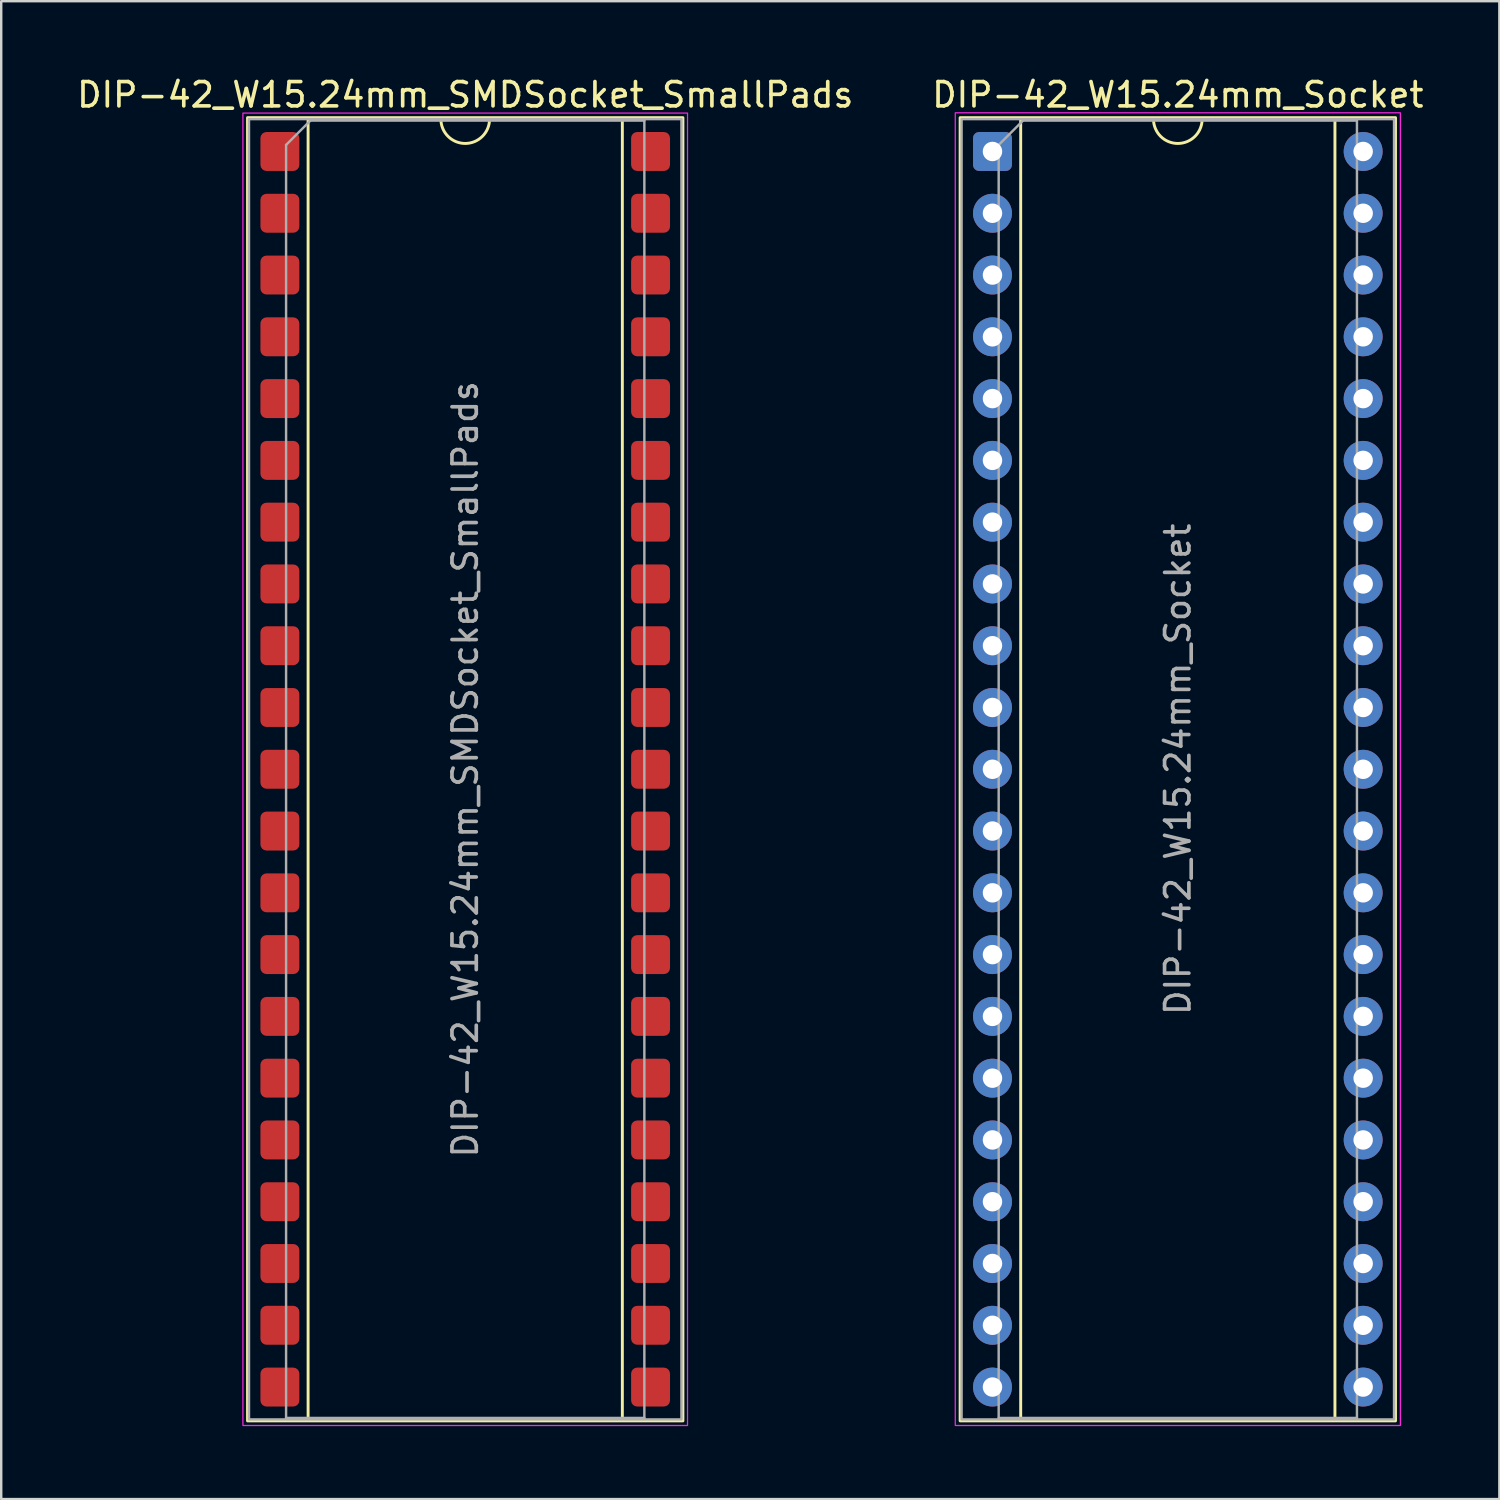
<source format=kicad_pcb>
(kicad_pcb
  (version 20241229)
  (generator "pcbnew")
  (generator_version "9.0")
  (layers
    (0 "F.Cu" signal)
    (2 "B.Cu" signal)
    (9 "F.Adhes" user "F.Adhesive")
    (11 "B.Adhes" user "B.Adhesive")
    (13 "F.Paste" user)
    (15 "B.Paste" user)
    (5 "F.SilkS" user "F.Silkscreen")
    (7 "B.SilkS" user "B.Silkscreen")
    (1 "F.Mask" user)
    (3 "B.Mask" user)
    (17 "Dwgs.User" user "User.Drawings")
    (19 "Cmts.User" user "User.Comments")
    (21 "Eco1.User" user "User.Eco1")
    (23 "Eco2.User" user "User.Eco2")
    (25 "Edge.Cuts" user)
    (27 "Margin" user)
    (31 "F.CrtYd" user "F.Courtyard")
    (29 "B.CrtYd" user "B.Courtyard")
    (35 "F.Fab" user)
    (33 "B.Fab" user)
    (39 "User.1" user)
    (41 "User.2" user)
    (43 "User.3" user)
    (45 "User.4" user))
  (footprint "DIP-42_W15.24mm_SMDSocket_SmallPads"
    (layer "F.Cu")
    (at 16.077 28.578)
    (property "Reference" "DIP-42_W15.24mm_SMDSocket_SmallPads" (at 0 -27.73 0) (layer "F.SilkS") (effects (font (size 1 1) (thickness 0.15))))
    (attr smd)
    (fp_line (start -6.46 -26.73) (end -6.46 26.73) (stroke (width 0.12) (type solid)) (layer "F.SilkS"))
    (fp_line (start -6.46 26.73) (end 6.46 26.73) (stroke (width 0.12) (type solid)) (layer "F.SilkS"))
    (fp_line (start -1 -26.73) (end -6.46 -26.73) (stroke (width 0.12) (type solid)) (layer "F.SilkS"))
    (fp_line (start 6.46 -26.73) (end 1 -26.73) (stroke (width 0.12) (type solid)) (layer "F.SilkS"))
    (fp_line (start 6.46 26.73) (end 6.46 -26.73) (stroke (width 0.12) (type solid)) (layer "F.SilkS"))
    (fp_rect (start -8.95 -26.79) (end 8.95 26.79) (stroke (width 0.12) (type solid)) (fill no) (layer "F.SilkS"))
    (fp_arc (start 1 -26.73) (mid 0 -25.73) (end -1 -26.73) (stroke (width 0.12) (type solid)) (layer "F.SilkS"))
    (fp_rect (start -9.14 -26.98) (end 9.14 26.98) (stroke (width 0.05) (type solid)) (fill no) (layer "F.CrtYd"))
    (fp_line (start -7.365 -25.67) (end -6.365 -26.67) (stroke (width 0.1) (type solid)) (layer "F.Fab"))
    (fp_line (start -7.365 26.67) (end -7.365 -25.67) (stroke (width 0.1) (type solid)) (layer "F.Fab"))
    (fp_line (start -6.365 -26.67) (end 7.365 -26.67) (stroke (width 0.1) (type solid)) (layer "F.Fab"))
    (fp_line (start 7.365 -26.67) (end 7.365 26.67) (stroke (width 0.1) (type solid)) (layer "F.Fab"))
    (fp_line (start 7.365 26.67) (end -7.365 26.67) (stroke (width 0.1) (type solid)) (layer "F.Fab"))
    (fp_rect (start -8.89 -26.73) (end 8.89 26.73) (stroke (width 0.1) (type solid)) (fill no) (layer "F.Fab"))
    (fp_text user "${REFERENCE}" (at 0 0 90) (layer "F.Fab") (effects (font (size 1 1) (thickness 0.15))))
    (pad "1" smd roundrect (at -7.62 -25.4) (size 1.6 1.6) (layers "F.Cu" "F.Mask" "F.Paste") (roundrect_rratio 0.156))
    (pad "2" smd roundrect (at -7.62 -22.86) (size 1.6 1.6) (layers "F.Cu" "F.Mask" "F.Paste") (roundrect_rratio 0.156))
    (pad "3" smd roundrect (at -7.62 -20.32) (size 1.6 1.6) (layers "F.Cu" "F.Mask" "F.Paste") (roundrect_rratio 0.156))
    (pad "4" smd roundrect (at -7.62 -17.78) (size 1.6 1.6) (layers "F.Cu" "F.Mask" "F.Paste") (roundrect_rratio 0.156))
    (pad "5" smd roundrect (at -7.62 -15.24) (size 1.6 1.6) (layers "F.Cu" "F.Mask" "F.Paste") (roundrect_rratio 0.156))
    (pad "6" smd roundrect (at -7.62 -12.7) (size 1.6 1.6) (layers "F.Cu" "F.Mask" "F.Paste") (roundrect_rratio 0.156))
    (pad "7" smd roundrect (at -7.62 -10.16) (size 1.6 1.6) (layers "F.Cu" "F.Mask" "F.Paste") (roundrect_rratio 0.156))
    (pad "8" smd roundrect (at -7.62 -7.62) (size 1.6 1.6) (layers "F.Cu" "F.Mask" "F.Paste") (roundrect_rratio 0.156))
    (pad "9" smd roundrect (at -7.62 -5.08) (size 1.6 1.6) (layers "F.Cu" "F.Mask" "F.Paste") (roundrect_rratio 0.156))
    (pad "10" smd roundrect (at -7.62 -2.54) (size 1.6 1.6) (layers "F.Cu" "F.Mask" "F.Paste") (roundrect_rratio 0.156))
    (pad "11" smd roundrect (at -7.62 0) (size 1.6 1.6) (layers "F.Cu" "F.Mask" "F.Paste") (roundrect_rratio 0.156))
    (pad "12" smd roundrect (at -7.62 2.54) (size 1.6 1.6) (layers "F.Cu" "F.Mask" "F.Paste") (roundrect_rratio 0.156))
    (pad "13" smd roundrect (at -7.62 5.08) (size 1.6 1.6) (layers "F.Cu" "F.Mask" "F.Paste") (roundrect_rratio 0.156))
    (pad "14" smd roundrect (at -7.62 7.62) (size 1.6 1.6) (layers "F.Cu" "F.Mask" "F.Paste") (roundrect_rratio 0.156))
    (pad "15" smd roundrect (at -7.62 10.16) (size 1.6 1.6) (layers "F.Cu" "F.Mask" "F.Paste") (roundrect_rratio 0.156))
    (pad "16" smd roundrect (at -7.62 12.7) (size 1.6 1.6) (layers "F.Cu" "F.Mask" "F.Paste") (roundrect_rratio 0.156))
    (pad "17" smd roundrect (at -7.62 15.24) (size 1.6 1.6) (layers "F.Cu" "F.Mask" "F.Paste") (roundrect_rratio 0.156))
    (pad "18" smd roundrect (at -7.62 17.78) (size 1.6 1.6) (layers "F.Cu" "F.Mask" "F.Paste") (roundrect_rratio 0.156))
    (pad "19" smd roundrect (at -7.62 20.32) (size 1.6 1.6) (layers "F.Cu" "F.Mask" "F.Paste") (roundrect_rratio 0.156))
    (pad "20" smd roundrect (at -7.62 22.86) (size 1.6 1.6) (layers "F.Cu" "F.Mask" "F.Paste") (roundrect_rratio 0.156))
    (pad "21" smd roundrect (at -7.62 25.4) (size 1.6 1.6) (layers "F.Cu" "F.Mask" "F.Paste") (roundrect_rratio 0.156))
    (pad "22" smd roundrect (at 7.62 25.4) (size 1.6 1.6) (layers "F.Cu" "F.Mask" "F.Paste") (roundrect_rratio 0.156))
    (pad "23" smd roundrect (at 7.62 22.86) (size 1.6 1.6) (layers "F.Cu" "F.Mask" "F.Paste") (roundrect_rratio 0.156))
    (pad "24" smd roundrect (at 7.62 20.32) (size 1.6 1.6) (layers "F.Cu" "F.Mask" "F.Paste") (roundrect_rratio 0.156))
    (pad "25" smd roundrect (at 7.62 17.78) (size 1.6 1.6) (layers "F.Cu" "F.Mask" "F.Paste") (roundrect_rratio 0.156))
    (pad "26" smd roundrect (at 7.62 15.24) (size 1.6 1.6) (layers "F.Cu" "F.Mask" "F.Paste") (roundrect_rratio 0.156))
    (pad "27" smd roundrect (at 7.62 12.7) (size 1.6 1.6) (layers "F.Cu" "F.Mask" "F.Paste") (roundrect_rratio 0.156))
    (pad "28" smd roundrect (at 7.62 10.16) (size 1.6 1.6) (layers "F.Cu" "F.Mask" "F.Paste") (roundrect_rratio 0.156))
    (pad "29" smd roundrect (at 7.62 7.62) (size 1.6 1.6) (layers "F.Cu" "F.Mask" "F.Paste") (roundrect_rratio 0.156))
    (pad "30" smd roundrect (at 7.62 5.08) (size 1.6 1.6) (layers "F.Cu" "F.Mask" "F.Paste") (roundrect_rratio 0.156))
    (pad "31" smd roundrect (at 7.62 2.54) (size 1.6 1.6) (layers "F.Cu" "F.Mask" "F.Paste") (roundrect_rratio 0.156))
    (pad "32" smd roundrect (at 7.62 0) (size 1.6 1.6) (layers "F.Cu" "F.Mask" "F.Paste") (roundrect_rratio 0.156))
    (pad "33" smd roundrect (at 7.62 -2.54) (size 1.6 1.6) (layers "F.Cu" "F.Mask" "F.Paste") (roundrect_rratio 0.156))
    (pad "34" smd roundrect (at 7.62 -5.08) (size 1.6 1.6) (layers "F.Cu" "F.Mask" "F.Paste") (roundrect_rratio 0.156))
    (pad "35" smd roundrect (at 7.62 -7.62) (size 1.6 1.6) (layers "F.Cu" "F.Mask" "F.Paste") (roundrect_rratio 0.156))
    (pad "36" smd roundrect (at 7.62 -10.16) (size 1.6 1.6) (layers "F.Cu" "F.Mask" "F.Paste") (roundrect_rratio 0.156))
    (pad "37" smd roundrect (at 7.62 -12.7) (size 1.6 1.6) (layers "F.Cu" "F.Mask" "F.Paste") (roundrect_rratio 0.156))
    (pad "38" smd roundrect (at 7.62 -15.24) (size 1.6 1.6) (layers "F.Cu" "F.Mask" "F.Paste") (roundrect_rratio 0.156))
    (pad "39" smd roundrect (at 7.62 -17.78) (size 1.6 1.6) (layers "F.Cu" "F.Mask" "F.Paste") (roundrect_rratio 0.156))
    (pad "40" smd roundrect (at 7.62 -20.32) (size 1.6 1.6) (layers "F.Cu" "F.Mask" "F.Paste") (roundrect_rratio 0.156))
    (pad "41" smd roundrect (at 7.62 -22.86) (size 1.6 1.6) (layers "F.Cu" "F.Mask" "F.Paste") (roundrect_rratio 0.156))
    (pad "42" smd roundrect (at 7.62 -25.4) (size 1.6 1.6) (layers "F.Cu" "F.Mask" "F.Paste") (roundrect_rratio 0.156)))
  (footprint "DIP-42_W15.24mm_Socket"
    (layer "F.Cu")
    (at 37.755 3.178)
    (property "Reference" "DIP-42_W15.24mm_Socket" (at 7.62 -2.33 0) (layer "F.SilkS") (effects (font (size 1 1) (thickness 0.15))))
    (attr through_hole)
    (fp_line (start 1.16 -1.33) (end 1.16 52.13) (stroke (width 0.12) (type solid)) (layer "F.SilkS"))
    (fp_line (start 1.16 52.13) (end 14.08 52.13) (stroke (width 0.12) (type solid)) (layer "F.SilkS"))
    (fp_line (start 6.62 -1.33) (end 1.16 -1.33) (stroke (width 0.12) (type solid)) (layer "F.SilkS"))
    (fp_line (start 14.08 -1.33) (end 8.62 -1.33) (stroke (width 0.12) (type solid)) (layer "F.SilkS"))
    (fp_line (start 14.08 52.13) (end 14.08 -1.33) (stroke (width 0.12) (type solid)) (layer "F.SilkS"))
    (fp_rect (start -1.33 -1.39) (end 16.57 52.19) (stroke (width 0.12) (type solid)) (fill no) (layer "F.SilkS"))
    (fp_arc (start 8.62 -1.33) (mid 7.62 -0.33) (end 6.62 -1.33) (stroke (width 0.12) (type solid)) (layer "F.SilkS"))
    (fp_rect (start -1.53 -1.59) (end 16.77 52.38) (stroke (width 0.05) (type solid)) (fill no) (layer "F.CrtYd"))
    (fp_line (start 0.255 -0.27) (end 1.255 -1.27) (stroke (width 0.1) (type solid)) (layer "F.Fab"))
    (fp_line (start 0.255 52.07) (end 0.255 -0.27) (stroke (width 0.1) (type solid)) (layer "F.Fab"))
    (fp_line (start 1.255 -1.27) (end 14.985 -1.27) (stroke (width 0.1) (type solid)) (layer "F.Fab"))
    (fp_line (start 14.985 -1.27) (end 14.985 52.07) (stroke (width 0.1) (type solid)) (layer "F.Fab"))
    (fp_line (start 14.985 52.07) (end 0.255 52.07) (stroke (width 0.1) (type solid)) (layer "F.Fab"))
    (fp_rect (start -1.27 -1.33) (end 16.51 52.13) (stroke (width 0.1) (type solid)) (fill no) (layer "F.Fab"))
    (fp_text user "${REFERENCE}" (at 7.62 25.4 90) (layer "F.Fab") (effects (font (size 1 1) (thickness 0.15))))
    (pad "1" thru_hole roundrect (at 0 0) (size 1.6 1.6) (drill 0.8) (layers "*.Cu" "*.Mask") (roundrect_rratio 0.156))
    (pad "2" thru_hole circle (at 0 2.54) (size 1.6 1.6) (drill 0.8) (layers "*.Cu" "*.Mask"))
    (pad "3" thru_hole circle (at 0 5.08) (size 1.6 1.6) (drill 0.8) (layers "*.Cu" "*.Mask"))
    (pad "4" thru_hole circle (at 0 7.62) (size 1.6 1.6) (drill 0.8) (layers "*.Cu" "*.Mask"))
    (pad "5" thru_hole circle (at 0 10.16) (size 1.6 1.6) (drill 0.8) (layers "*.Cu" "*.Mask"))
    (pad "6" thru_hole circle (at 0 12.7) (size 1.6 1.6) (drill 0.8) (layers "*.Cu" "*.Mask"))
    (pad "7" thru_hole circle (at 0 15.24) (size 1.6 1.6) (drill 0.8) (layers "*.Cu" "*.Mask"))
    (pad "8" thru_hole circle (at 0 17.78) (size 1.6 1.6) (drill 0.8) (layers "*.Cu" "*.Mask"))
    (pad "9" thru_hole circle (at 0 20.32) (size 1.6 1.6) (drill 0.8) (layers "*.Cu" "*.Mask"))
    (pad "10" thru_hole circle (at 0 22.86) (size 1.6 1.6) (drill 0.8) (layers "*.Cu" "*.Mask"))
    (pad "11" thru_hole circle (at 0 25.4) (size 1.6 1.6) (drill 0.8) (layers "*.Cu" "*.Mask"))
    (pad "12" thru_hole circle (at 0 27.94) (size 1.6 1.6) (drill 0.8) (layers "*.Cu" "*.Mask"))
    (pad "13" thru_hole circle (at 0 30.48) (size 1.6 1.6) (drill 0.8) (layers "*.Cu" "*.Mask"))
    (pad "14" thru_hole circle (at 0 33.02) (size 1.6 1.6) (drill 0.8) (layers "*.Cu" "*.Mask"))
    (pad "15" thru_hole circle (at 0 35.56) (size 1.6 1.6) (drill 0.8) (layers "*.Cu" "*.Mask"))
    (pad "16" thru_hole circle (at 0 38.1) (size 1.6 1.6) (drill 0.8) (layers "*.Cu" "*.Mask"))
    (pad "17" thru_hole circle (at 0 40.64) (size 1.6 1.6) (drill 0.8) (layers "*.Cu" "*.Mask"))
    (pad "18" thru_hole circle (at 0 43.18) (size 1.6 1.6) (drill 0.8) (layers "*.Cu" "*.Mask"))
    (pad "19" thru_hole circle (at 0 45.72) (size 1.6 1.6) (drill 0.8) (layers "*.Cu" "*.Mask"))
    (pad "20" thru_hole circle (at 0 48.26) (size 1.6 1.6) (drill 0.8) (layers "*.Cu" "*.Mask"))
    (pad "21" thru_hole circle (at 0 50.8) (size 1.6 1.6) (drill 0.8) (layers "*.Cu" "*.Mask"))
    (pad "22" thru_hole circle (at 15.24 50.8) (size 1.6 1.6) (drill 0.8) (layers "*.Cu" "*.Mask"))
    (pad "23" thru_hole circle (at 15.24 48.26) (size 1.6 1.6) (drill 0.8) (layers "*.Cu" "*.Mask"))
    (pad "24" thru_hole circle (at 15.24 45.72) (size 1.6 1.6) (drill 0.8) (layers "*.Cu" "*.Mask"))
    (pad "25" thru_hole circle (at 15.24 43.18) (size 1.6 1.6) (drill 0.8) (layers "*.Cu" "*.Mask"))
    (pad "26" thru_hole circle (at 15.24 40.64) (size 1.6 1.6) (drill 0.8) (layers "*.Cu" "*.Mask"))
    (pad "27" thru_hole circle (at 15.24 38.1) (size 1.6 1.6) (drill 0.8) (layers "*.Cu" "*.Mask"))
    (pad "28" thru_hole circle (at 15.24 35.56) (size 1.6 1.6) (drill 0.8) (layers "*.Cu" "*.Mask"))
    (pad "29" thru_hole circle (at 15.24 33.02) (size 1.6 1.6) (drill 0.8) (layers "*.Cu" "*.Mask"))
    (pad "30" thru_hole circle (at 15.24 30.48) (size 1.6 1.6) (drill 0.8) (layers "*.Cu" "*.Mask"))
    (pad "31" thru_hole circle (at 15.24 27.94) (size 1.6 1.6) (drill 0.8) (layers "*.Cu" "*.Mask"))
    (pad "32" thru_hole circle (at 15.24 25.4) (size 1.6 1.6) (drill 0.8) (layers "*.Cu" "*.Mask"))
    (pad "33" thru_hole circle (at 15.24 22.86) (size 1.6 1.6) (drill 0.8) (layers "*.Cu" "*.Mask"))
    (pad "34" thru_hole circle (at 15.24 20.32) (size 1.6 1.6) (drill 0.8) (layers "*.Cu" "*.Mask"))
    (pad "35" thru_hole circle (at 15.24 17.78) (size 1.6 1.6) (drill 0.8) (layers "*.Cu" "*.Mask"))
    (pad "36" thru_hole circle (at 15.24 15.24) (size 1.6 1.6) (drill 0.8) (layers "*.Cu" "*.Mask"))
    (pad "37" thru_hole circle (at 15.24 12.7) (size 1.6 1.6) (drill 0.8) (layers "*.Cu" "*.Mask"))
    (pad "38" thru_hole circle (at 15.24 10.16) (size 1.6 1.6) (drill 0.8) (layers "*.Cu" "*.Mask"))
    (pad "39" thru_hole circle (at 15.24 7.62) (size 1.6 1.6) (drill 0.8) (layers "*.Cu" "*.Mask"))
    (pad "40" thru_hole circle (at 15.24 5.08) (size 1.6 1.6) (drill 0.8) (layers "*.Cu" "*.Mask"))
    (pad "41" thru_hole circle (at 15.24 2.54) (size 1.6 1.6) (drill 0.8) (layers "*.Cu" "*.Mask"))
    (pad "42" thru_hole circle (at 15.24 0) (size 1.6 1.6) (drill 0.8) (layers "*.Cu" "*.Mask")))
  (gr_rect
    (start -3 -3)
    (end 58.595 58.583)
    (stroke (width 0.1) (type default))
    (fill no)
    (layer "Edge.Cuts")))
</source>
